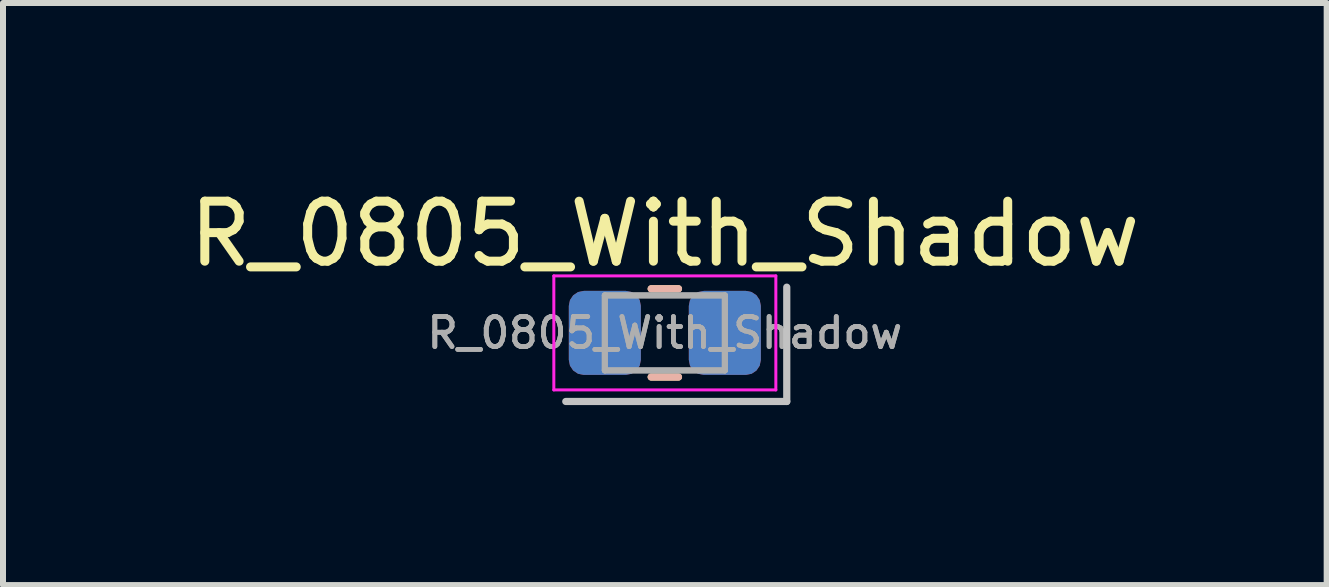
<source format=kicad_pcb>
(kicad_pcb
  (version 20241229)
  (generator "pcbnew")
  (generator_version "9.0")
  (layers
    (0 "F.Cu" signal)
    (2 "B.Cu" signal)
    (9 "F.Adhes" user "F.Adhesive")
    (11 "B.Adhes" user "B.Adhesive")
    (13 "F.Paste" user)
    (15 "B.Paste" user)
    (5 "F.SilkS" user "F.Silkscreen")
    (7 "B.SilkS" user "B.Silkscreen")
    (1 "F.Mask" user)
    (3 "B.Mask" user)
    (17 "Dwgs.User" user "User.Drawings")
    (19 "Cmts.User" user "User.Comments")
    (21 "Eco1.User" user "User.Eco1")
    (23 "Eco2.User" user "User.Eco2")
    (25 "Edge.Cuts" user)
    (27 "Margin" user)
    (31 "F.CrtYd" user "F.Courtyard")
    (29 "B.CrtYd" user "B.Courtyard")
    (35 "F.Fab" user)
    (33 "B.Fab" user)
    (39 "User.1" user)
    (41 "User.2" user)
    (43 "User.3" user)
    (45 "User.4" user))
  (footprint "R_0805_With_Shadow"
    (layer "F.Cu")
    (at 8.03 2.498)
    (property "Reference" "R_0805_With_Shadow" (at 0 -1.65 0) (layer "F.SilkS") (effects (font (size 1 1) (thickness 0.15))))
    (attr smd)
    (fp_line (start -0.227 -0.735) (end 0.227 -0.735) (stroke (width 0.12) (type solid)) (layer "F.SilkS"))
    (fp_line (start -0.227 0.735) (end 0.227 0.735) (stroke (width 0.12) (type solid)) (layer "F.SilkS"))
    (fp_line (start -0.227 -0.735) (end 0.227 -0.735) (stroke (width 0.12) (type solid)) (layer "B.SilkS"))
    (fp_line (start -0.227 0.735) (end 0.227 0.735) (stroke (width 0.12) (type solid)) (layer "B.SilkS"))
    (fp_line (start 2.032 -0.762) (end 2.032 1.143) (stroke (width 0.12) (type solid)) (layer "Dwgs.User"))
    (fp_line (start 2.032 1.143) (end -1.651 1.143) (stroke (width 0.12) (type solid)) (layer "Dwgs.User"))
    (fp_line (start -1.85 -0.95) (end 1.85 -0.95) (stroke (width 0.05) (type solid)) (layer "F.CrtYd"))
    (fp_line (start -1.85 0.95) (end -1.85 -0.95) (stroke (width 0.05) (type solid)) (layer "F.CrtYd"))
    (fp_line (start 1.85 -0.95) (end 1.85 0.95) (stroke (width 0.05) (type solid)) (layer "F.CrtYd"))
    (fp_line (start 1.85 0.95) (end -1.85 0.95) (stroke (width 0.05) (type solid)) (layer "F.CrtYd"))
    (fp_line (start -1 -0.625) (end 1 -0.625) (stroke (width 0.1) (type solid)) (layer "F.Fab"))
    (fp_line (start -1 -0.625) (end 1 -0.625) (stroke (width 0.1) (type solid)) (layer "F.Fab"))
    (fp_line (start -1 0.625) (end -1 -0.625) (stroke (width 0.1) (type solid)) (layer "F.Fab"))
    (fp_line (start -1 0.625) (end -1 -0.625) (stroke (width 0.1) (type solid)) (layer "F.Fab"))
    (fp_line (start 1 -0.625) (end 1 0.625) (stroke (width 0.1) (type solid)) (layer "F.Fab"))
    (fp_line (start 1 -0.625) (end 1 0.625) (stroke (width 0.1) (type solid)) (layer "F.Fab"))
    (fp_line (start 1 0.625) (end -1 0.625) (stroke (width 0.1) (type solid)) (layer "F.Fab"))
    (fp_line (start 1 0.625) (end -1 0.625) (stroke (width 0.1) (type solid)) (layer "F.Fab"))
    (fp_text user "${REFERENCE}" (at 0 0 0) (layer "F.Fab") (effects (font (size 0.5 0.5) (thickness 0.08))))
    (fp_text user "${REFERENCE}" (at 0 0 0) (layer "F.Fab") (effects (font (size 0.5 0.5) (thickness 0.08))))
    (pad "1" smd roundrect (at -1 0) (size 1.2 1.4) (layers "F.Cu" "F.Mask" "F.Paste") (roundrect_rratio 0.208))
    (pad "1" smd roundrect (at -1 0) (size 1.2 1.4) (layers "B.Cu" "B.Mask" "B.Paste") (roundrect_rratio 0.208))
    (pad "2" smd roundrect (at 1 0) (size 1.2 1.4) (layers "F.Cu" "F.Mask" "F.Paste") (roundrect_rratio 0.208))
    (pad "2" smd roundrect (at 1 0) (size 1.2 1.4) (layers "B.Cu" "B.Mask" "B.Paste") (roundrect_rratio 0.208)))
  (gr_rect
    (start -3 -3)
    (end 19.06 6.701)
    (stroke (width 0.1) (type default))
    (fill no)
    (layer "Edge.Cuts")))
</source>
